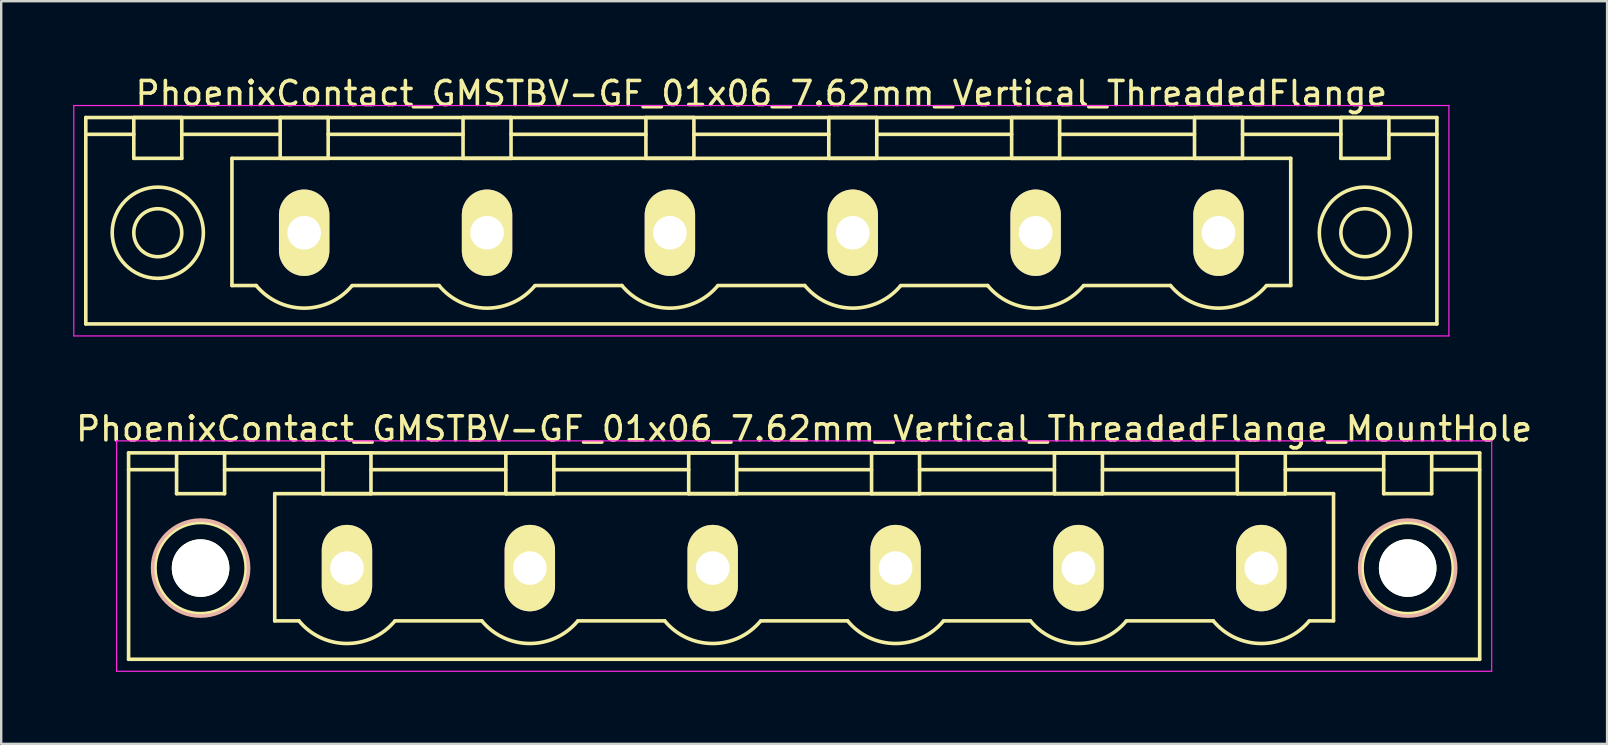
<source format=kicad_pcb>
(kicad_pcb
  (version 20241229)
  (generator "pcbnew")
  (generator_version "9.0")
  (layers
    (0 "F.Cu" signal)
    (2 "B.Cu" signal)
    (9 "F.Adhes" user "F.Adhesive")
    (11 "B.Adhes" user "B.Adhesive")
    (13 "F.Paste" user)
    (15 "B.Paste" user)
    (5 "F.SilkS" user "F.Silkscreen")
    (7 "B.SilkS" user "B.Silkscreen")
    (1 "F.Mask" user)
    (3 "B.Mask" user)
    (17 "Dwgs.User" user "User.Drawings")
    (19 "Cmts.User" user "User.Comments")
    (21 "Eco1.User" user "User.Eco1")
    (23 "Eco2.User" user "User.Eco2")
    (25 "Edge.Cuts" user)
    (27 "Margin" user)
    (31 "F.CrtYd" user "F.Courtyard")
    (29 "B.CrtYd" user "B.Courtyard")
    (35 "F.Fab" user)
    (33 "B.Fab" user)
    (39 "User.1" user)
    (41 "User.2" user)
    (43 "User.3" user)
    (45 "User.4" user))
  (footprint "PhoenixContact_GMSTBV-GF_01x06_7.62mm_Vertical_ThreadedFlange"
    (layer "F.Cu")
    (at 9.625 6.648)
    (property "Reference" "PhoenixContact_GMSTBV-GF_01x06_7.62mm_Vertical_ThreadedFlange" (at 19.05 -5.8 0) (layer "F.SilkS") (effects (font (size 1 1) (thickness 0.15))))
    (attr through_hole)
    (fp_line (start -9.1 -4.8) (end -9.1 3.8) (stroke (width 0.15) (type solid)) (layer "F.SilkS"))
    (fp_line (start -9.1 -4.1) (end -7.1 -4.1) (stroke (width 0.15) (type solid)) (layer "F.SilkS"))
    (fp_line (start -9.1 3.8) (end 47.2 3.8) (stroke (width 0.15) (type solid)) (layer "F.SilkS"))
    (fp_line (start -7.1 -4.8) (end -5.1 -4.8) (stroke (width 0.15) (type solid)) (layer "F.SilkS"))
    (fp_line (start -7.1 -3.1) (end -7.1 -4.8) (stroke (width 0.15) (type solid)) (layer "F.SilkS"))
    (fp_line (start -5.1 -4.8) (end -5.1 -3.1) (stroke (width 0.15) (type solid)) (layer "F.SilkS"))
    (fp_line (start -5.1 -4.1) (end -1 -4.1) (stroke (width 0.15) (type solid)) (layer "F.SilkS"))
    (fp_line (start -5.1 -3.1) (end -7.1 -3.1) (stroke (width 0.15) (type solid)) (layer "F.SilkS"))
    (fp_line (start -3.01 -3.1) (end 41.11 -3.1) (stroke (width 0.15) (type solid)) (layer "F.SilkS"))
    (fp_line (start -3.01 2.2) (end -3.01 -3.1) (stroke (width 0.15) (type solid)) (layer "F.SilkS"))
    (fp_line (start -2 2.2) (end -3.01 2.2) (stroke (width 0.15) (type solid)) (layer "F.SilkS"))
    (fp_line (start -1 -4.8) (end 1 -4.8) (stroke (width 0.15) (type solid)) (layer "F.SilkS"))
    (fp_line (start -1 -3.1) (end -1 -4.8) (stroke (width 0.15) (type solid)) (layer "F.SilkS"))
    (fp_line (start 1 -4.8) (end 1 -3.1) (stroke (width 0.15) (type solid)) (layer "F.SilkS"))
    (fp_line (start 1 -4.1) (end 6.62 -4.1) (stroke (width 0.15) (type solid)) (layer "F.SilkS"))
    (fp_line (start 1 -3.1) (end -1 -3.1) (stroke (width 0.15) (type solid)) (layer "F.SilkS"))
    (fp_line (start 2 2.2) (end 5.62 2.2) (stroke (width 0.15) (type solid)) (layer "F.SilkS"))
    (fp_line (start 6.62 -4.8) (end 8.62 -4.8) (stroke (width 0.15) (type solid)) (layer "F.SilkS"))
    (fp_line (start 6.62 -3.1) (end 6.62 -4.8) (stroke (width 0.15) (type solid)) (layer "F.SilkS"))
    (fp_line (start 8.62 -4.8) (end 8.62 -3.1) (stroke (width 0.15) (type solid)) (layer "F.SilkS"))
    (fp_line (start 8.62 -4.1) (end 14.24 -4.1) (stroke (width 0.15) (type solid)) (layer "F.SilkS"))
    (fp_line (start 8.62 -3.1) (end 6.62 -3.1) (stroke (width 0.15) (type solid)) (layer "F.SilkS"))
    (fp_line (start 9.62 2.2) (end 13.24 2.2) (stroke (width 0.15) (type solid)) (layer "F.SilkS"))
    (fp_line (start 14.24 -4.8) (end 16.24 -4.8) (stroke (width 0.15) (type solid)) (layer "F.SilkS"))
    (fp_line (start 14.24 -3.1) (end 14.24 -4.8) (stroke (width 0.15) (type solid)) (layer "F.SilkS"))
    (fp_line (start 16.24 -4.8) (end 16.24 -3.1) (stroke (width 0.15) (type solid)) (layer "F.SilkS"))
    (fp_line (start 16.24 -4.1) (end 21.86 -4.1) (stroke (width 0.15) (type solid)) (layer "F.SilkS"))
    (fp_line (start 16.24 -3.1) (end 14.24 -3.1) (stroke (width 0.15) (type solid)) (layer "F.SilkS"))
    (fp_line (start 17.24 2.2) (end 20.86 2.2) (stroke (width 0.15) (type solid)) (layer "F.SilkS"))
    (fp_line (start 21.86 -4.8) (end 23.86 -4.8) (stroke (width 0.15) (type solid)) (layer "F.SilkS"))
    (fp_line (start 21.86 -3.1) (end 21.86 -4.8) (stroke (width 0.15) (type solid)) (layer "F.SilkS"))
    (fp_line (start 23.86 -4.8) (end 23.86 -3.1) (stroke (width 0.15) (type solid)) (layer "F.SilkS"))
    (fp_line (start 23.86 -4.1) (end 29.48 -4.1) (stroke (width 0.15) (type solid)) (layer "F.SilkS"))
    (fp_line (start 23.86 -3.1) (end 21.86 -3.1) (stroke (width 0.15) (type solid)) (layer "F.SilkS"))
    (fp_line (start 24.86 2.2) (end 28.48 2.2) (stroke (width 0.15) (type solid)) (layer "F.SilkS"))
    (fp_line (start 29.48 -4.8) (end 31.48 -4.8) (stroke (width 0.15) (type solid)) (layer "F.SilkS"))
    (fp_line (start 29.48 -3.1) (end 29.48 -4.8) (stroke (width 0.15) (type solid)) (layer "F.SilkS"))
    (fp_line (start 31.48 -4.8) (end 31.48 -3.1) (stroke (width 0.15) (type solid)) (layer "F.SilkS"))
    (fp_line (start 31.48 -4.1) (end 37.1 -4.1) (stroke (width 0.15) (type solid)) (layer "F.SilkS"))
    (fp_line (start 31.48 -3.1) (end 29.48 -3.1) (stroke (width 0.15) (type solid)) (layer "F.SilkS"))
    (fp_line (start 32.48 2.2) (end 36.1 2.2) (stroke (width 0.15) (type solid)) (layer "F.SilkS"))
    (fp_line (start 37.1 -4.8) (end 39.1 -4.8) (stroke (width 0.15) (type solid)) (layer "F.SilkS"))
    (fp_line (start 37.1 -3.1) (end 37.1 -4.8) (stroke (width 0.15) (type solid)) (layer "F.SilkS"))
    (fp_line (start 39.1 -4.8) (end 39.1 -3.1) (stroke (width 0.15) (type solid)) (layer "F.SilkS"))
    (fp_line (start 39.1 -4.1) (end 43.2 -4.1) (stroke (width 0.15) (type solid)) (layer "F.SilkS"))
    (fp_line (start 39.1 -3.1) (end 37.1 -3.1) (stroke (width 0.15) (type solid)) (layer "F.SilkS"))
    (fp_line (start 41.11 -3.1) (end 41.11 2.2) (stroke (width 0.15) (type solid)) (layer "F.SilkS"))
    (fp_line (start 41.11 2.2) (end 40.1 2.2) (stroke (width 0.15) (type solid)) (layer "F.SilkS"))
    (fp_line (start 43.2 -4.8) (end 45.2 -4.8) (stroke (width 0.15) (type solid)) (layer "F.SilkS"))
    (fp_line (start 43.2 -3.1) (end 43.2 -4.8) (stroke (width 0.15) (type solid)) (layer "F.SilkS"))
    (fp_line (start 45.2 -4.8) (end 45.2 -3.1) (stroke (width 0.15) (type solid)) (layer "F.SilkS"))
    (fp_line (start 45.2 -3.1) (end 43.2 -3.1) (stroke (width 0.15) (type solid)) (layer "F.SilkS"))
    (fp_line (start 47.2 -4.8) (end -9.1 -4.8) (stroke (width 0.15) (type solid)) (layer "F.SilkS"))
    (fp_line (start 47.2 -4.1) (end 45.2 -4.1) (stroke (width 0.15) (type solid)) (layer "F.SilkS"))
    (fp_line (start 47.2 3.8) (end 47.2 -4.8) (stroke (width 0.15) (type solid)) (layer "F.SilkS"))
    (fp_arc (start 1.986842 2.215821) (mid -0.010289 3.142758) (end -2 2.2) (stroke (width 0.15) (type solid)) (layer "F.SilkS"))
    (fp_arc (start 9.606842 2.215821) (mid 7.609711 3.142758) (end 5.62 2.2) (stroke (width 0.15) (type solid)) (layer "F.SilkS"))
    (fp_arc (start 17.226842 2.215821) (mid 15.229711 3.142758) (end 13.24 2.2) (stroke (width 0.15) (type solid)) (layer "F.SilkS"))
    (fp_arc (start 24.846842 2.215821) (mid 22.849711 3.142758) (end 20.86 2.2) (stroke (width 0.15) (type solid)) (layer "F.SilkS"))
    (fp_arc (start 32.466842 2.215821) (mid 30.469711 3.142758) (end 28.48 2.2) (stroke (width 0.15) (type solid)) (layer "F.SilkS"))
    (fp_arc (start 40.086842 2.215821) (mid 38.089711 3.142758) (end 36.1 2.2) (stroke (width 0.15) (type solid)) (layer "F.SilkS"))
    (fp_circle (center -6.1 0) (end -5.1 0) (stroke (width 0.15) (type solid)) (fill no) (layer "F.SilkS"))
    (fp_circle (center -6.1 0) (end -4.2 0) (stroke (width 0.15) (type solid)) (fill no) (layer "F.SilkS"))
    (fp_circle (center 44.2 0) (end 45.2 0) (stroke (width 0.15) (type solid)) (fill no) (layer "F.SilkS"))
    (fp_circle (center 44.2 0) (end 46.1 0) (stroke (width 0.15) (type solid)) (fill no) (layer "F.SilkS"))
    (fp_line (start -9.6 -5.3) (end -9.6 4.3) (stroke (width 0.05) (type solid)) (layer "F.CrtYd"))
    (fp_line (start -9.6 4.3) (end 47.7 4.3) (stroke (width 0.05) (type solid)) (layer "F.CrtYd"))
    (fp_line (start 47.7 -5.3) (end -9.6 -5.3) (stroke (width 0.05) (type solid)) (layer "F.CrtYd"))
    (fp_line (start 47.7 4.3) (end 47.7 -5.3) (stroke (width 0.05) (type solid)) (layer "F.CrtYd"))
    (pad "1" thru_hole oval (at 0 0) (size 2.1 3.6) (drill 1.4) (layers "*.Cu" "*.Mask" "F.SilkS"))
    (pad "2" thru_hole oval (at 7.62 0) (size 2.1 3.6) (drill 1.4) (layers "*.Cu" "*.Mask" "F.SilkS"))
    (pad "3" thru_hole oval (at 15.24 0) (size 2.1 3.6) (drill 1.4) (layers "*.Cu" "*.Mask" "F.SilkS"))
    (pad "4" thru_hole oval (at 22.86 0) (size 2.1 3.6) (drill 1.4) (layers "*.Cu" "*.Mask" "F.SilkS"))
    (pad "5" thru_hole oval (at 30.48 0) (size 2.1 3.6) (drill 1.4) (layers "*.Cu" "*.Mask" "F.SilkS"))
    (pad "6" thru_hole oval (at 38.1 0) (size 2.1 3.6) (drill 1.4) (layers "*.Cu" "*.Mask" "F.SilkS")))
  (footprint "PhoenixContact_GMSTBV-GF_01x06_7.62mm_Vertical_ThreadedFlange_MountHole"
    (layer "F.Cu")
    (at 11.408 20.622)
    (property "Reference" "PhoenixContact_GMSTBV-GF_01x06_7.62mm_Vertical_ThreadedFlange_MountHole" (at 19.05 -5.8 0) (layer "F.SilkS") (effects (font (size 1 1) (thickness 0.15))))
    (attr through_hole)
    (fp_line (start -9.1 -4.8) (end -9.1 3.8) (stroke (width 0.15) (type solid)) (layer "F.SilkS"))
    (fp_line (start -9.1 -4.1) (end -7.1 -4.1) (stroke (width 0.15) (type solid)) (layer "F.SilkS"))
    (fp_line (start -9.1 3.8) (end 47.2 3.8) (stroke (width 0.15) (type solid)) (layer "F.SilkS"))
    (fp_line (start -7.1 -4.8) (end -5.1 -4.8) (stroke (width 0.15) (type solid)) (layer "F.SilkS"))
    (fp_line (start -7.1 -3.1) (end -7.1 -4.8) (stroke (width 0.15) (type solid)) (layer "F.SilkS"))
    (fp_line (start -5.1 -4.8) (end -5.1 -3.1) (stroke (width 0.15) (type solid)) (layer "F.SilkS"))
    (fp_line (start -5.1 -4.1) (end -1 -4.1) (stroke (width 0.15) (type solid)) (layer "F.SilkS"))
    (fp_line (start -5.1 -3.1) (end -7.1 -3.1) (stroke (width 0.15) (type solid)) (layer "F.SilkS"))
    (fp_line (start -3.01 -3.1) (end 41.11 -3.1) (stroke (width 0.15) (type solid)) (layer "F.SilkS"))
    (fp_line (start -3.01 2.2) (end -3.01 -3.1) (stroke (width 0.15) (type solid)) (layer "F.SilkS"))
    (fp_line (start -2 2.2) (end -3.01 2.2) (stroke (width 0.15) (type solid)) (layer "F.SilkS"))
    (fp_line (start -1 -4.8) (end 1 -4.8) (stroke (width 0.15) (type solid)) (layer "F.SilkS"))
    (fp_line (start -1 -3.1) (end -1 -4.8) (stroke (width 0.15) (type solid)) (layer "F.SilkS"))
    (fp_line (start 1 -4.8) (end 1 -3.1) (stroke (width 0.15) (type solid)) (layer "F.SilkS"))
    (fp_line (start 1 -4.1) (end 6.62 -4.1) (stroke (width 0.15) (type solid)) (layer "F.SilkS"))
    (fp_line (start 1 -3.1) (end -1 -3.1) (stroke (width 0.15) (type solid)) (layer "F.SilkS"))
    (fp_line (start 2 2.2) (end 5.62 2.2) (stroke (width 0.15) (type solid)) (layer "F.SilkS"))
    (fp_line (start 6.62 -4.8) (end 8.62 -4.8) (stroke (width 0.15) (type solid)) (layer "F.SilkS"))
    (fp_line (start 6.62 -3.1) (end 6.62 -4.8) (stroke (width 0.15) (type solid)) (layer "F.SilkS"))
    (fp_line (start 8.62 -4.8) (end 8.62 -3.1) (stroke (width 0.15) (type solid)) (layer "F.SilkS"))
    (fp_line (start 8.62 -4.1) (end 14.24 -4.1) (stroke (width 0.15) (type solid)) (layer "F.SilkS"))
    (fp_line (start 8.62 -3.1) (end 6.62 -3.1) (stroke (width 0.15) (type solid)) (layer "F.SilkS"))
    (fp_line (start 9.62 2.2) (end 13.24 2.2) (stroke (width 0.15) (type solid)) (layer "F.SilkS"))
    (fp_line (start 14.24 -4.8) (end 16.24 -4.8) (stroke (width 0.15) (type solid)) (layer "F.SilkS"))
    (fp_line (start 14.24 -3.1) (end 14.24 -4.8) (stroke (width 0.15) (type solid)) (layer "F.SilkS"))
    (fp_line (start 16.24 -4.8) (end 16.24 -3.1) (stroke (width 0.15) (type solid)) (layer "F.SilkS"))
    (fp_line (start 16.24 -4.1) (end 21.86 -4.1) (stroke (width 0.15) (type solid)) (layer "F.SilkS"))
    (fp_line (start 16.24 -3.1) (end 14.24 -3.1) (stroke (width 0.15) (type solid)) (layer "F.SilkS"))
    (fp_line (start 17.24 2.2) (end 20.86 2.2) (stroke (width 0.15) (type solid)) (layer "F.SilkS"))
    (fp_line (start 21.86 -4.8) (end 23.86 -4.8) (stroke (width 0.15) (type solid)) (layer "F.SilkS"))
    (fp_line (start 21.86 -3.1) (end 21.86 -4.8) (stroke (width 0.15) (type solid)) (layer "F.SilkS"))
    (fp_line (start 23.86 -4.8) (end 23.86 -3.1) (stroke (width 0.15) (type solid)) (layer "F.SilkS"))
    (fp_line (start 23.86 -4.1) (end 29.48 -4.1) (stroke (width 0.15) (type solid)) (layer "F.SilkS"))
    (fp_line (start 23.86 -3.1) (end 21.86 -3.1) (stroke (width 0.15) (type solid)) (layer "F.SilkS"))
    (fp_line (start 24.86 2.2) (end 28.48 2.2) (stroke (width 0.15) (type solid)) (layer "F.SilkS"))
    (fp_line (start 29.48 -4.8) (end 31.48 -4.8) (stroke (width 0.15) (type solid)) (layer "F.SilkS"))
    (fp_line (start 29.48 -3.1) (end 29.48 -4.8) (stroke (width 0.15) (type solid)) (layer "F.SilkS"))
    (fp_line (start 31.48 -4.8) (end 31.48 -3.1) (stroke (width 0.15) (type solid)) (layer "F.SilkS"))
    (fp_line (start 31.48 -4.1) (end 37.1 -4.1) (stroke (width 0.15) (type solid)) (layer "F.SilkS"))
    (fp_line (start 31.48 -3.1) (end 29.48 -3.1) (stroke (width 0.15) (type solid)) (layer "F.SilkS"))
    (fp_line (start 32.48 2.2) (end 36.1 2.2) (stroke (width 0.15) (type solid)) (layer "F.SilkS"))
    (fp_line (start 37.1 -4.8) (end 39.1 -4.8) (stroke (width 0.15) (type solid)) (layer "F.SilkS"))
    (fp_line (start 37.1 -3.1) (end 37.1 -4.8) (stroke (width 0.15) (type solid)) (layer "F.SilkS"))
    (fp_line (start 39.1 -4.8) (end 39.1 -3.1) (stroke (width 0.15) (type solid)) (layer "F.SilkS"))
    (fp_line (start 39.1 -4.1) (end 43.2 -4.1) (stroke (width 0.15) (type solid)) (layer "F.SilkS"))
    (fp_line (start 39.1 -3.1) (end 37.1 -3.1) (stroke (width 0.15) (type solid)) (layer "F.SilkS"))
    (fp_line (start 41.11 -3.1) (end 41.11 2.2) (stroke (width 0.15) (type solid)) (layer "F.SilkS"))
    (fp_line (start 41.11 2.2) (end 40.1 2.2) (stroke (width 0.15) (type solid)) (layer "F.SilkS"))
    (fp_line (start 43.2 -4.8) (end 45.2 -4.8) (stroke (width 0.15) (type solid)) (layer "F.SilkS"))
    (fp_line (start 43.2 -3.1) (end 43.2 -4.8) (stroke (width 0.15) (type solid)) (layer "F.SilkS"))
    (fp_line (start 45.2 -4.8) (end 45.2 -3.1) (stroke (width 0.15) (type solid)) (layer "F.SilkS"))
    (fp_line (start 45.2 -3.1) (end 43.2 -3.1) (stroke (width 0.15) (type solid)) (layer "F.SilkS"))
    (fp_line (start 47.2 -4.8) (end -9.1 -4.8) (stroke (width 0.15) (type solid)) (layer "F.SilkS"))
    (fp_line (start 47.2 -4.1) (end 45.2 -4.1) (stroke (width 0.15) (type solid)) (layer "F.SilkS"))
    (fp_line (start 47.2 3.8) (end 47.2 -4.8) (stroke (width 0.15) (type solid)) (layer "F.SilkS"))
    (fp_arc (start 1.986842 2.215821) (mid -0.010289 3.142758) (end -2 2.2) (stroke (width 0.15) (type solid)) (layer "F.SilkS"))
    (fp_arc (start 9.606842 2.215821) (mid 7.609711 3.142758) (end 5.62 2.2) (stroke (width 0.15) (type solid)) (layer "F.SilkS"))
    (fp_arc (start 17.226842 2.215821) (mid 15.229711 3.142758) (end 13.24 2.2) (stroke (width 0.15) (type solid)) (layer "F.SilkS"))
    (fp_arc (start 24.846842 2.215821) (mid 22.849711 3.142758) (end 20.86 2.2) (stroke (width 0.15) (type solid)) (layer "F.SilkS"))
    (fp_arc (start 32.466842 2.215821) (mid 30.469711 3.142758) (end 28.48 2.2) (stroke (width 0.15) (type solid)) (layer "F.SilkS"))
    (fp_arc (start 40.086842 2.215821) (mid 38.089711 3.142758) (end 36.1 2.2) (stroke (width 0.15) (type solid)) (layer "F.SilkS"))
    (fp_circle (center -6.1 0) (end -5.1 0) (stroke (width 0.15) (type solid)) (fill no) (layer "F.SilkS"))
    (fp_circle (center -6.1 0) (end -4.2 0) (stroke (width 0.15) (type solid)) (fill no) (layer "F.SilkS"))
    (fp_circle (center 44.2 0) (end 45.2 0) (stroke (width 0.15) (type solid)) (fill no) (layer "F.SilkS"))
    (fp_circle (center 44.2 0) (end 46.1 0) (stroke (width 0.15) (type solid)) (fill no) (layer "F.SilkS"))
    (fp_circle (center -6.1 0) (end -4.1 0) (stroke (width 0.15) (type solid)) (fill no) (layer "B.SilkS"))
    (fp_circle (center 44.2 0) (end 46.2 0) (stroke (width 0.15) (type solid)) (fill no) (layer "B.SilkS"))
    (fp_line (start -9.6 -5.3) (end -9.6 4.3) (stroke (width 0.05) (type solid)) (layer "F.CrtYd"))
    (fp_line (start -9.6 4.3) (end 47.7 4.3) (stroke (width 0.05) (type solid)) (layer "F.CrtYd"))
    (fp_line (start 47.7 -5.3) (end -9.6 -5.3) (stroke (width 0.05) (type solid)) (layer "F.CrtYd"))
    (fp_line (start 47.7 4.3) (end 47.7 -5.3) (stroke (width 0.05) (type solid)) (layer "F.CrtYd"))
    (pad "" np_thru_hole circle (at -6.1 0) (size 2.4 2.4) (drill 2.4) (layers "*.Cu" "*.Mask" "F.SilkS"))
    (pad "" np_thru_hole circle (at 44.2 0) (size 2.4 2.4) (drill 2.4) (layers "*.Cu" "*.Mask" "F.SilkS"))
    (pad "1" thru_hole oval (at 0 0) (size 2.1 3.6) (drill 1.4) (layers "*.Cu" "*.Mask" "F.SilkS"))
    (pad "2" thru_hole oval (at 7.62 0) (size 2.1 3.6) (drill 1.4) (layers "*.Cu" "*.Mask" "F.SilkS"))
    (pad "3" thru_hole oval (at 15.24 0) (size 2.1 3.6) (drill 1.4) (layers "*.Cu" "*.Mask" "F.SilkS"))
    (pad "4" thru_hole oval (at 22.86 0) (size 2.1 3.6) (drill 1.4) (layers "*.Cu" "*.Mask" "F.SilkS"))
    (pad "5" thru_hole oval (at 30.48 0) (size 2.1 3.6) (drill 1.4) (layers "*.Cu" "*.Mask" "F.SilkS"))
    (pad "6" thru_hole oval (at 38.1 0) (size 2.1 3.6) (drill 1.4) (layers "*.Cu" "*.Mask" "F.SilkS")))
  (gr_rect
    (start -3 -3)
    (end 63.917 27.947)
    (stroke (width 0.1) (type default))
    (fill no)
    (layer "Edge.Cuts")))
</source>
